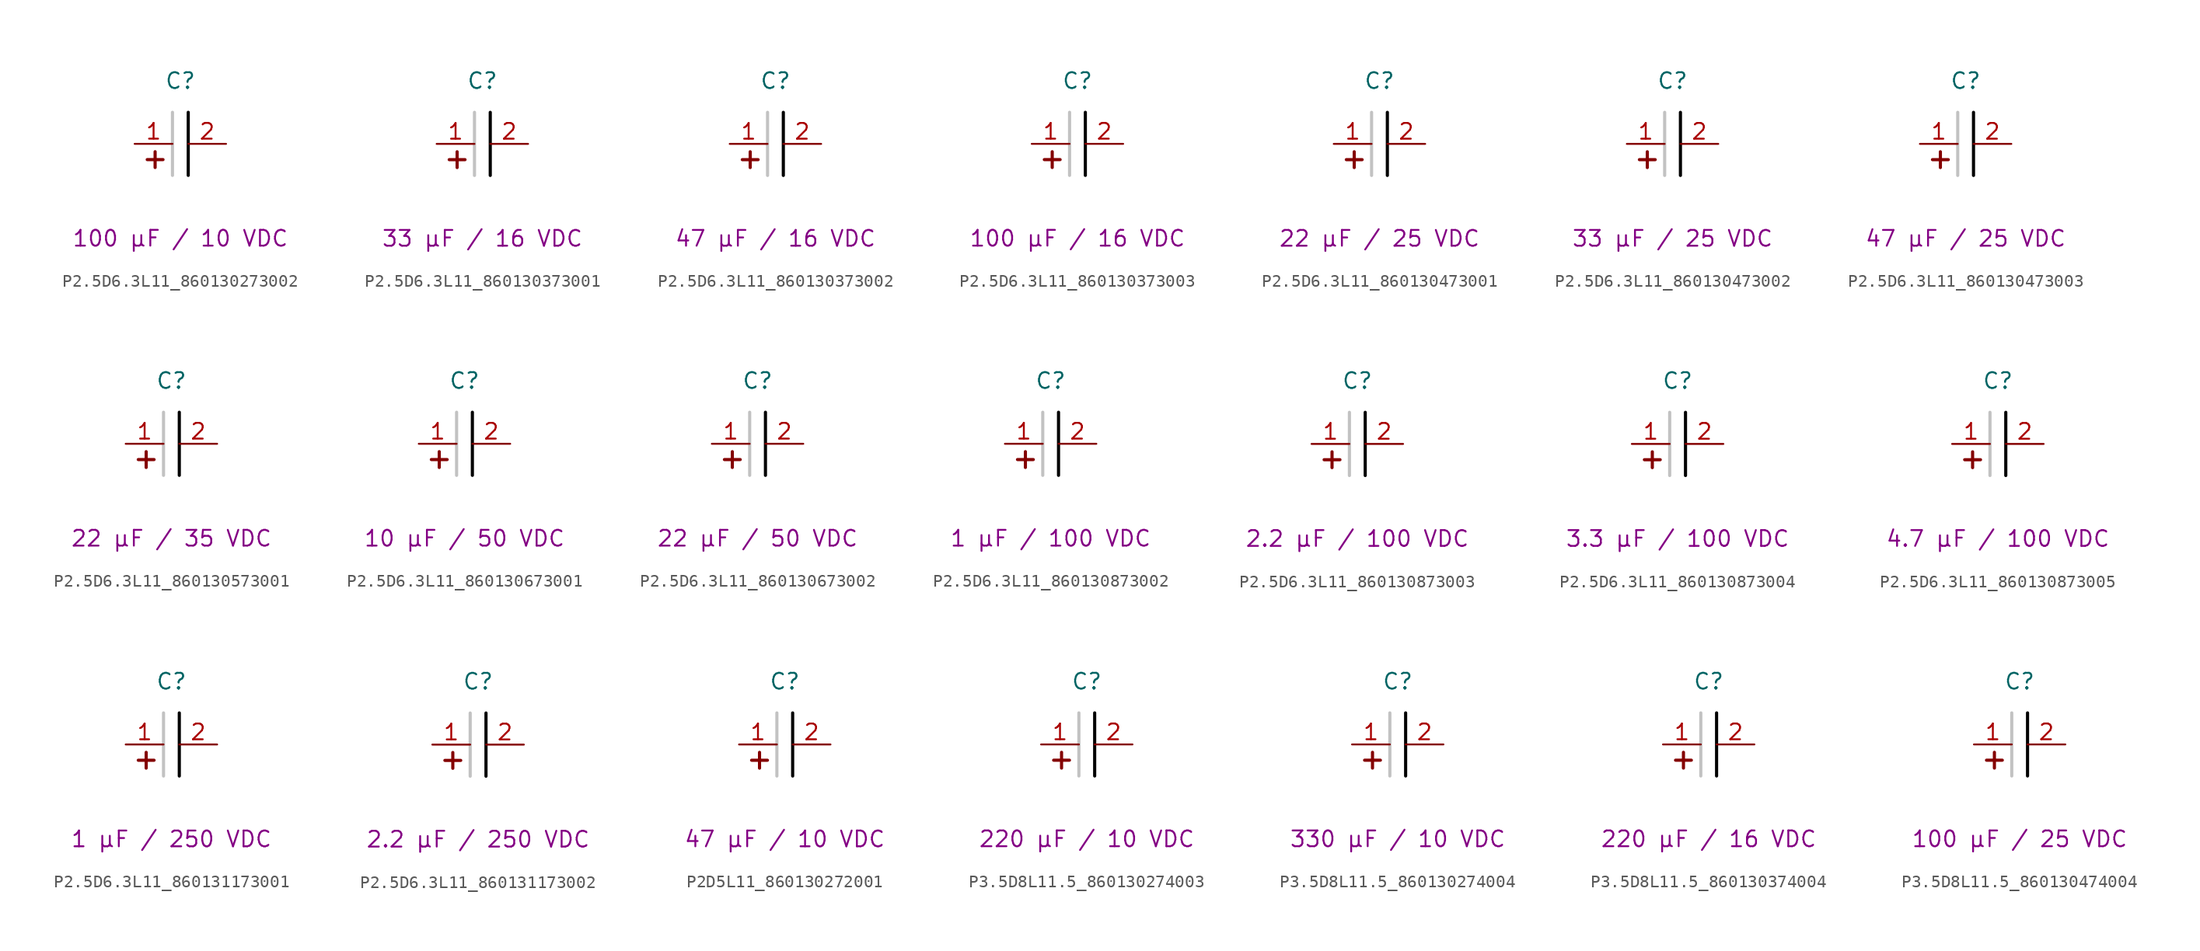
<source format=kicad_sym>
(kicad_symbol_lib
  (version 20220914)
  (generator kicad_symbol_editor)
  (symbol "P2.5D6.3L11_860130273002"
    (pin_names hide)
    (property "Reference" "C"
      (at 0 5.08 0)
      (effects (font (size 1.27 1.27))))
    (property "Critical Parameter" "100 µF / 10 VDC"
      (at 0 -7.62 0)
      (effects (font (size 1.27 1.27))))
    (symbol "P2.5D6.3L11_860130273002_1_1"
      (polyline (pts (xy -2.667 -1.27) (xy -1.397 -1.27)) (stroke (width 0.254) (type default)) (fill (type none)))
      (polyline (pts (xy -2.032 -0.635) (xy -2.032 -1.905)) (stroke (width 0.254) (type default)) (fill (type none)))
      (polyline (pts (xy -0.635 2.54) (xy -0.635 -2.54)) (stroke (width 0.254) (type default) (color 194 194 194 1)) (fill (type none)))
      (polyline (pts (xy 0.635 2.54) (xy 0.635 -2.54)) (stroke (width 0.254) (type default) (color 0 0 0 1)) (fill (type none)))
      (pin passive line (at -3.679 0 0) (length 3.044) (name "1" (effects (font (size 1.27 1.27)))) (number "1" (effects (font (size 1.27 1.27)))))
      (pin passive line (at 3.679 0 180) (length 3.044) (name "2" (effects (font (size 1.27 1.27)))) (number "2" (effects (font (size 1.27 1.27)))))))
  (symbol "P2.5D6.3L11_860130373001"
    (pin_names hide)
    (property "Reference" "C"
      (at 0 5.08 0)
      (effects (font (size 1.27 1.27))))
    (property "Critical Parameter" "33 µF / 16 VDC"
      (at 0 -7.62 0)
      (effects (font (size 1.27 1.27))))
    (symbol "P2.5D6.3L11_860130373001_1_1"
      (polyline (pts (xy -2.667 -1.27) (xy -1.397 -1.27)) (stroke (width 0.254) (type default)) (fill (type none)))
      (polyline (pts (xy -2.032 -0.635) (xy -2.032 -1.905)) (stroke (width 0.254) (type default)) (fill (type none)))
      (polyline (pts (xy -0.635 2.54) (xy -0.635 -2.54)) (stroke (width 0.254) (type default) (color 194 194 194 1)) (fill (type none)))
      (polyline (pts (xy 0.635 2.54) (xy 0.635 -2.54)) (stroke (width 0.254) (type default) (color 0 0 0 1)) (fill (type none)))
      (pin passive line (at -3.679 0 0) (length 3.044) (name "1" (effects (font (size 1.27 1.27)))) (number "1" (effects (font (size 1.27 1.27)))))
      (pin passive line (at 3.679 0 180) (length 3.044) (name "2" (effects (font (size 1.27 1.27)))) (number "2" (effects (font (size 1.27 1.27)))))))
  (symbol "P2.5D6.3L11_860130373002"
    (pin_names hide)
    (property "Reference" "C"
      (at 0 5.08 0)
      (effects (font (size 1.27 1.27))))
    (property "Critical Parameter" "47 µF / 16 VDC"
      (at 0 -7.62 0)
      (effects (font (size 1.27 1.27))))
    (symbol "P2.5D6.3L11_860130373002_1_1"
      (polyline (pts (xy -2.667 -1.27) (xy -1.397 -1.27)) (stroke (width 0.254) (type default)) (fill (type none)))
      (polyline (pts (xy -2.032 -0.635) (xy -2.032 -1.905)) (stroke (width 0.254) (type default)) (fill (type none)))
      (polyline (pts (xy -0.635 2.54) (xy -0.635 -2.54)) (stroke (width 0.254) (type default) (color 194 194 194 1)) (fill (type none)))
      (polyline (pts (xy 0.635 2.54) (xy 0.635 -2.54)) (stroke (width 0.254) (type default) (color 0 0 0 1)) (fill (type none)))
      (pin passive line (at -3.679 0 0) (length 3.044) (name "1" (effects (font (size 1.27 1.27)))) (number "1" (effects (font (size 1.27 1.27)))))
      (pin passive line (at 3.679 0 180) (length 3.044) (name "2" (effects (font (size 1.27 1.27)))) (number "2" (effects (font (size 1.27 1.27)))))))
  (symbol "P2.5D6.3L11_860130373003"
    (pin_names hide)
    (property "Reference" "C"
      (at 0 5.08 0)
      (effects (font (size 1.27 1.27))))
    (property "Critical Parameter" "100 µF / 16 VDC"
      (at 0 -7.62 0)
      (effects (font (size 1.27 1.27))))
    (symbol "P2.5D6.3L11_860130373003_1_1"
      (polyline (pts (xy -2.667 -1.27) (xy -1.397 -1.27)) (stroke (width 0.254) (type default)) (fill (type none)))
      (polyline (pts (xy -2.032 -0.635) (xy -2.032 -1.905)) (stroke (width 0.254) (type default)) (fill (type none)))
      (polyline (pts (xy -0.635 2.54) (xy -0.635 -2.54)) (stroke (width 0.254) (type default) (color 194 194 194 1)) (fill (type none)))
      (polyline (pts (xy 0.635 2.54) (xy 0.635 -2.54)) (stroke (width 0.254) (type default) (color 0 0 0 1)) (fill (type none)))
      (pin passive line (at -3.679 0 0) (length 3.044) (name "1" (effects (font (size 1.27 1.27)))) (number "1" (effects (font (size 1.27 1.27)))))
      (pin passive line (at 3.679 0 180) (length 3.044) (name "2" (effects (font (size 1.27 1.27)))) (number "2" (effects (font (size 1.27 1.27)))))))
  (symbol "P2.5D6.3L11_860130473001"
    (pin_names hide)
    (property "Reference" "C"
      (at 0 5.08 0)
      (effects (font (size 1.27 1.27))))
    (property "Critical Parameter" "22 µF / 25 VDC"
      (at 0 -7.62 0)
      (effects (font (size 1.27 1.27))))
    (symbol "P2.5D6.3L11_860130473001_1_1"
      (polyline (pts (xy -2.667 -1.27) (xy -1.397 -1.27)) (stroke (width 0.254) (type default)) (fill (type none)))
      (polyline (pts (xy -2.032 -0.635) (xy -2.032 -1.905)) (stroke (width 0.254) (type default)) (fill (type none)))
      (polyline (pts (xy -0.635 2.54) (xy -0.635 -2.54)) (stroke (width 0.254) (type default) (color 194 194 194 1)) (fill (type none)))
      (polyline (pts (xy 0.635 2.54) (xy 0.635 -2.54)) (stroke (width 0.254) (type default) (color 0 0 0 1)) (fill (type none)))
      (pin passive line (at -3.679 0 0) (length 3.044) (name "1" (effects (font (size 1.27 1.27)))) (number "1" (effects (font (size 1.27 1.27)))))
      (pin passive line (at 3.679 0 180) (length 3.044) (name "2" (effects (font (size 1.27 1.27)))) (number "2" (effects (font (size 1.27 1.27)))))))
  (symbol "P2.5D6.3L11_860130473002"
    (pin_names hide)
    (property "Reference" "C"
      (at 0 5.08 0)
      (effects (font (size 1.27 1.27))))
    (property "Critical Parameter" "33 µF / 25 VDC"
      (at 0 -7.62 0)
      (effects (font (size 1.27 1.27))))
    (symbol "P2.5D6.3L11_860130473002_1_1"
      (polyline (pts (xy -2.667 -1.27) (xy -1.397 -1.27)) (stroke (width 0.254) (type default)) (fill (type none)))
      (polyline (pts (xy -2.032 -0.635) (xy -2.032 -1.905)) (stroke (width 0.254) (type default)) (fill (type none)))
      (polyline (pts (xy -0.635 2.54) (xy -0.635 -2.54)) (stroke (width 0.254) (type default) (color 194 194 194 1)) (fill (type none)))
      (polyline (pts (xy 0.635 2.54) (xy 0.635 -2.54)) (stroke (width 0.254) (type default) (color 0 0 0 1)) (fill (type none)))
      (pin passive line (at -3.679 0 0) (length 3.044) (name "1" (effects (font (size 1.27 1.27)))) (number "1" (effects (font (size 1.27 1.27)))))
      (pin passive line (at 3.679 0 180) (length 3.044) (name "2" (effects (font (size 1.27 1.27)))) (number "2" (effects (font (size 1.27 1.27)))))))
  (symbol "P2.5D6.3L11_860130473003"
    (pin_names hide)
    (property "Reference" "C"
      (at 0 5.08 0)
      (effects (font (size 1.27 1.27))))
    (property "Critical Parameter" "47 µF / 25 VDC"
      (at 0 -7.62 0)
      (effects (font (size 1.27 1.27))))
    (symbol "P2.5D6.3L11_860130473003_1_1"
      (polyline (pts (xy -2.667 -1.27) (xy -1.397 -1.27)) (stroke (width 0.254) (type default)) (fill (type none)))
      (polyline (pts (xy -2.032 -0.635) (xy -2.032 -1.905)) (stroke (width 0.254) (type default)) (fill (type none)))
      (polyline (pts (xy -0.635 2.54) (xy -0.635 -2.54)) (stroke (width 0.254) (type default) (color 194 194 194 1)) (fill (type none)))
      (polyline (pts (xy 0.635 2.54) (xy 0.635 -2.54)) (stroke (width 0.254) (type default) (color 0 0 0 1)) (fill (type none)))
      (pin passive line (at -3.679 0 0) (length 3.044) (name "1" (effects (font (size 1.27 1.27)))) (number "1" (effects (font (size 1.27 1.27)))))
      (pin passive line (at 3.679 0 180) (length 3.044) (name "2" (effects (font (size 1.27 1.27)))) (number "2" (effects (font (size 1.27 1.27)))))))
  (symbol "P2.5D6.3L11_860130573001"
    (pin_names hide)
    (property "Reference" "C"
      (at 0 5.08 0)
      (effects (font (size 1.27 1.27))))
    (property "Critical Parameter" "22 µF / 35 VDC"
      (at 0 -7.62 0)
      (effects (font (size 1.27 1.27))))
    (symbol "P2.5D6.3L11_860130573001_1_1"
      (polyline (pts (xy -2.667 -1.27) (xy -1.397 -1.27)) (stroke (width 0.254) (type default)) (fill (type none)))
      (polyline (pts (xy -2.032 -0.635) (xy -2.032 -1.905)) (stroke (width 0.254) (type default)) (fill (type none)))
      (polyline (pts (xy -0.635 2.54) (xy -0.635 -2.54)) (stroke (width 0.254) (type default) (color 194 194 194 1)) (fill (type none)))
      (polyline (pts (xy 0.635 2.54) (xy 0.635 -2.54)) (stroke (width 0.254) (type default) (color 0 0 0 1)) (fill (type none)))
      (pin passive line (at -3.679 0 0) (length 3.044) (name "1" (effects (font (size 1.27 1.27)))) (number "1" (effects (font (size 1.27 1.27)))))
      (pin passive line (at 3.679 0 180) (length 3.044) (name "2" (effects (font (size 1.27 1.27)))) (number "2" (effects (font (size 1.27 1.27)))))))
  (symbol "P2.5D6.3L11_860130673001"
    (pin_names hide)
    (property "Reference" "C"
      (at 0 5.08 0)
      (effects (font (size 1.27 1.27))))
    (property "Critical Parameter" "10 µF / 50 VDC"
      (at 0 -7.62 0)
      (effects (font (size 1.27 1.27))))
    (symbol "P2.5D6.3L11_860130673001_1_1"
      (polyline (pts (xy -2.667 -1.27) (xy -1.397 -1.27)) (stroke (width 0.254) (type default)) (fill (type none)))
      (polyline (pts (xy -2.032 -0.635) (xy -2.032 -1.905)) (stroke (width 0.254) (type default)) (fill (type none)))
      (polyline (pts (xy -0.635 2.54) (xy -0.635 -2.54)) (stroke (width 0.254) (type default) (color 194 194 194 1)) (fill (type none)))
      (polyline (pts (xy 0.635 2.54) (xy 0.635 -2.54)) (stroke (width 0.254) (type default) (color 0 0 0 1)) (fill (type none)))
      (pin passive line (at -3.679 0 0) (length 3.044) (name "1" (effects (font (size 1.27 1.27)))) (number "1" (effects (font (size 1.27 1.27)))))
      (pin passive line (at 3.679 0 180) (length 3.044) (name "2" (effects (font (size 1.27 1.27)))) (number "2" (effects (font (size 1.27 1.27)))))))
  (symbol "P2.5D6.3L11_860130673002"
    (pin_names hide)
    (property "Reference" "C"
      (at 0 5.08 0)
      (effects (font (size 1.27 1.27))))
    (property "Critical Parameter" "22 µF / 50 VDC"
      (at 0 -7.62 0)
      (effects (font (size 1.27 1.27))))
    (symbol "P2.5D6.3L11_860130673002_1_1"
      (polyline (pts (xy -2.667 -1.27) (xy -1.397 -1.27)) (stroke (width 0.254) (type default)) (fill (type none)))
      (polyline (pts (xy -2.032 -0.635) (xy -2.032 -1.905)) (stroke (width 0.254) (type default)) (fill (type none)))
      (polyline (pts (xy -0.635 2.54) (xy -0.635 -2.54)) (stroke (width 0.254) (type default) (color 194 194 194 1)) (fill (type none)))
      (polyline (pts (xy 0.635 2.54) (xy 0.635 -2.54)) (stroke (width 0.254) (type default) (color 0 0 0 1)) (fill (type none)))
      (pin passive line (at -3.679 0 0) (length 3.044) (name "1" (effects (font (size 1.27 1.27)))) (number "1" (effects (font (size 1.27 1.27)))))
      (pin passive line (at 3.679 0 180) (length 3.044) (name "2" (effects (font (size 1.27 1.27)))) (number "2" (effects (font (size 1.27 1.27)))))))
  (symbol "P2.5D6.3L11_860130873002"
    (pin_names hide)
    (property "Reference" "C"
      (at 0 5.08 0)
      (effects (font (size 1.27 1.27))))
    (property "Critical Parameter" "1 µF / 100 VDC"
      (at 0 -7.62 0)
      (effects (font (size 1.27 1.27))))
    (symbol "P2.5D6.3L11_860130873002_1_1"
      (polyline (pts (xy -2.667 -1.27) (xy -1.397 -1.27)) (stroke (width 0.254) (type default)) (fill (type none)))
      (polyline (pts (xy -2.032 -0.635) (xy -2.032 -1.905)) (stroke (width 0.254) (type default)) (fill (type none)))
      (polyline (pts (xy -0.635 2.54) (xy -0.635 -2.54)) (stroke (width 0.254) (type default) (color 194 194 194 1)) (fill (type none)))
      (polyline (pts (xy 0.635 2.54) (xy 0.635 -2.54)) (stroke (width 0.254) (type default) (color 0 0 0 1)) (fill (type none)))
      (pin passive line (at -3.679 0 0) (length 3.044) (name "1" (effects (font (size 1.27 1.27)))) (number "1" (effects (font (size 1.27 1.27)))))
      (pin passive line (at 3.679 0 180) (length 3.044) (name "2" (effects (font (size 1.27 1.27)))) (number "2" (effects (font (size 1.27 1.27)))))))
  (symbol "P2.5D6.3L11_860130873003"
    (pin_names hide)
    (property "Reference" "C"
      (at 0 5.08 0)
      (effects (font (size 1.27 1.27))))
    (property "Critical Parameter" "2.2 µF / 100 VDC"
      (at 0 -7.62 0)
      (effects (font (size 1.27 1.27))))
    (symbol "P2.5D6.3L11_860130873003_1_1"
      (polyline (pts (xy -2.667 -1.27) (xy -1.397 -1.27)) (stroke (width 0.254) (type default)) (fill (type none)))
      (polyline (pts (xy -2.032 -0.635) (xy -2.032 -1.905)) (stroke (width 0.254) (type default)) (fill (type none)))
      (polyline (pts (xy -0.635 2.54) (xy -0.635 -2.54)) (stroke (width 0.254) (type default) (color 194 194 194 1)) (fill (type none)))
      (polyline (pts (xy 0.635 2.54) (xy 0.635 -2.54)) (stroke (width 0.254) (type default) (color 0 0 0 1)) (fill (type none)))
      (pin passive line (at -3.679 0 0) (length 3.044) (name "1" (effects (font (size 1.27 1.27)))) (number "1" (effects (font (size 1.27 1.27)))))
      (pin passive line (at 3.679 0 180) (length 3.044) (name "2" (effects (font (size 1.27 1.27)))) (number "2" (effects (font (size 1.27 1.27)))))))
  (symbol "P2.5D6.3L11_860130873004"
    (pin_names hide)
    (property "Reference" "C"
      (at 0 5.08 0)
      (effects (font (size 1.27 1.27))))
    (property "Critical Parameter" "3.3 µF / 100 VDC"
      (at 0 -7.62 0)
      (effects (font (size 1.27 1.27))))
    (symbol "P2.5D6.3L11_860130873004_1_1"
      (polyline (pts (xy -2.667 -1.27) (xy -1.397 -1.27)) (stroke (width 0.254) (type default)) (fill (type none)))
      (polyline (pts (xy -2.032 -0.635) (xy -2.032 -1.905)) (stroke (width 0.254) (type default)) (fill (type none)))
      (polyline (pts (xy -0.635 2.54) (xy -0.635 -2.54)) (stroke (width 0.254) (type default) (color 194 194 194 1)) (fill (type none)))
      (polyline (pts (xy 0.635 2.54) (xy 0.635 -2.54)) (stroke (width 0.254) (type default) (color 0 0 0 1)) (fill (type none)))
      (pin passive line (at -3.679 0 0) (length 3.044) (name "1" (effects (font (size 1.27 1.27)))) (number "1" (effects (font (size 1.27 1.27)))))
      (pin passive line (at 3.679 0 180) (length 3.044) (name "2" (effects (font (size 1.27 1.27)))) (number "2" (effects (font (size 1.27 1.27)))))))
  (symbol "P2.5D6.3L11_860130873005"
    (pin_names hide)
    (property "Reference" "C"
      (at 0 5.08 0)
      (effects (font (size 1.27 1.27))))
    (property "Critical Parameter" "4.7 µF / 100 VDC"
      (at 0 -7.62 0)
      (effects (font (size 1.27 1.27))))
    (symbol "P2.5D6.3L11_860130873005_1_1"
      (polyline (pts (xy -2.667 -1.27) (xy -1.397 -1.27)) (stroke (width 0.254) (type default)) (fill (type none)))
      (polyline (pts (xy -2.032 -0.635) (xy -2.032 -1.905)) (stroke (width 0.254) (type default)) (fill (type none)))
      (polyline (pts (xy -0.635 2.54) (xy -0.635 -2.54)) (stroke (width 0.254) (type default) (color 194 194 194 1)) (fill (type none)))
      (polyline (pts (xy 0.635 2.54) (xy 0.635 -2.54)) (stroke (width 0.254) (type default) (color 0 0 0 1)) (fill (type none)))
      (pin passive line (at -3.679 0 0) (length 3.044) (name "1" (effects (font (size 1.27 1.27)))) (number "1" (effects (font (size 1.27 1.27)))))
      (pin passive line (at 3.679 0 180) (length 3.044) (name "2" (effects (font (size 1.27 1.27)))) (number "2" (effects (font (size 1.27 1.27)))))))
  (symbol "P2.5D6.3L11_860131173001"
    (pin_names hide)
    (property "Reference" "C"
      (at 0 5.08 0)
      (effects (font (size 1.27 1.27))))
    (property "Critical Parameter" "1 µF / 250 VDC"
      (at 0 -7.62 0)
      (effects (font (size 1.27 1.27))))
    (symbol "P2.5D6.3L11_860131173001_1_1"
      (polyline (pts (xy -2.667 -1.27) (xy -1.397 -1.27)) (stroke (width 0.254) (type default)) (fill (type none)))
      (polyline (pts (xy -2.032 -0.635) (xy -2.032 -1.905)) (stroke (width 0.254) (type default)) (fill (type none)))
      (polyline (pts (xy -0.635 2.54) (xy -0.635 -2.54)) (stroke (width 0.254) (type default) (color 194 194 194 1)) (fill (type none)))
      (polyline (pts (xy 0.635 2.54) (xy 0.635 -2.54)) (stroke (width 0.254) (type default) (color 0 0 0 1)) (fill (type none)))
      (pin passive line (at -3.679 0 0) (length 3.044) (name "1" (effects (font (size 1.27 1.27)))) (number "1" (effects (font (size 1.27 1.27)))))
      (pin passive line (at 3.679 0 180) (length 3.044) (name "2" (effects (font (size 1.27 1.27)))) (number "2" (effects (font (size 1.27 1.27)))))))
  (symbol "P2.5D6.3L11_860131173002"
    (pin_names hide)
    (property "Reference" "C"
      (at 0 5.08 0)
      (effects (font (size 1.27 1.27))))
    (property "Critical Parameter" "2.2 µF / 250 VDC"
      (at 0 -7.62 0)
      (effects (font (size 1.27 1.27))))
    (symbol "P2.5D6.3L11_860131173002_1_1"
      (polyline (pts (xy -2.667 -1.27) (xy -1.397 -1.27)) (stroke (width 0.254) (type default)) (fill (type none)))
      (polyline (pts (xy -2.032 -0.635) (xy -2.032 -1.905)) (stroke (width 0.254) (type default)) (fill (type none)))
      (polyline (pts (xy -0.635 2.54) (xy -0.635 -2.54)) (stroke (width 0.254) (type default) (color 194 194 194 1)) (fill (type none)))
      (polyline (pts (xy 0.635 2.54) (xy 0.635 -2.54)) (stroke (width 0.254) (type default) (color 0 0 0 1)) (fill (type none)))
      (pin passive line (at -3.679 0 0) (length 3.044) (name "1" (effects (font (size 1.27 1.27)))) (number "1" (effects (font (size 1.27 1.27)))))
      (pin passive line (at 3.679 0 180) (length 3.044) (name "2" (effects (font (size 1.27 1.27)))) (number "2" (effects (font (size 1.27 1.27)))))))
  (symbol "P2D5L11_860130272001"
    (pin_names hide)
    (property "Reference" "C"
      (at 0 5.08 0)
      (effects (font (size 1.27 1.27))))
    (property "Critical Parameter" "47 µF / 10 VDC"
      (at 0 -7.62 0)
      (effects (font (size 1.27 1.27))))
    (symbol "P2D5L11_860130272001_1_1"
      (polyline (pts (xy -2.667 -1.27) (xy -1.397 -1.27)) (stroke (width 0.254) (type default)) (fill (type none)))
      (polyline (pts (xy -2.032 -0.635) (xy -2.032 -1.905)) (stroke (width 0.254) (type default)) (fill (type none)))
      (polyline (pts (xy -0.635 2.54) (xy -0.635 -2.54)) (stroke (width 0.254) (type default) (color 194 194 194 1)) (fill (type none)))
      (polyline (pts (xy 0.635 2.54) (xy 0.635 -2.54)) (stroke (width 0.254) (type default) (color 0 0 0 1)) (fill (type none)))
      (pin passive line (at -3.679 0 0) (length 3.044) (name "1" (effects (font (size 1.27 1.27)))) (number "1" (effects (font (size 1.27 1.27)))))
      (pin passive line (at 3.679 0 180) (length 3.044) (name "2" (effects (font (size 1.27 1.27)))) (number "2" (effects (font (size 1.27 1.27)))))))
  (symbol "P3.5D8L11.5_860130274003"
    (pin_names hide)
    (property "Reference" "C"
      (at 0 5.08 0)
      (effects (font (size 1.27 1.27))))
    (property "Critical Parameter" "220 µF / 10 VDC"
      (at 0 -7.62 0)
      (effects (font (size 1.27 1.27))))
    (symbol "P3.5D8L11.5_860130274003_1_1"
      (polyline (pts (xy -2.667 -1.27) (xy -1.397 -1.27)) (stroke (width 0.254) (type default)) (fill (type none)))
      (polyline (pts (xy -2.032 -0.635) (xy -2.032 -1.905)) (stroke (width 0.254) (type default)) (fill (type none)))
      (polyline (pts (xy -0.635 2.54) (xy -0.635 -2.54)) (stroke (width 0.254) (type default) (color 194 194 194 1)) (fill (type none)))
      (polyline (pts (xy 0.635 2.54) (xy 0.635 -2.54)) (stroke (width 0.254) (type default) (color 0 0 0 1)) (fill (type none)))
      (pin passive line (at -3.679 0 0) (length 3.044) (name "1" (effects (font (size 1.27 1.27)))) (number "1" (effects (font (size 1.27 1.27)))))
      (pin passive line (at 3.679 0 180) (length 3.044) (name "2" (effects (font (size 1.27 1.27)))) (number "2" (effects (font (size 1.27 1.27)))))))
  (symbol "P3.5D8L11.5_860130274004"
    (pin_names hide)
    (property "Reference" "C"
      (at 0 5.08 0)
      (effects (font (size 1.27 1.27))))
    (property "Critical Parameter" "330 µF / 10 VDC"
      (at 0 -7.62 0)
      (effects (font (size 1.27 1.27))))
    (symbol "P3.5D8L11.5_860130274004_1_1"
      (polyline (pts (xy -2.667 -1.27) (xy -1.397 -1.27)) (stroke (width 0.254) (type default)) (fill (type none)))
      (polyline (pts (xy -2.032 -0.635) (xy -2.032 -1.905)) (stroke (width 0.254) (type default)) (fill (type none)))
      (polyline (pts (xy -0.635 2.54) (xy -0.635 -2.54)) (stroke (width 0.254) (type default) (color 194 194 194 1)) (fill (type none)))
      (polyline (pts (xy 0.635 2.54) (xy 0.635 -2.54)) (stroke (width 0.254) (type default) (color 0 0 0 1)) (fill (type none)))
      (pin passive line (at -3.679 0 0) (length 3.044) (name "1" (effects (font (size 1.27 1.27)))) (number "1" (effects (font (size 1.27 1.27)))))
      (pin passive line (at 3.679 0 180) (length 3.044) (name "2" (effects (font (size 1.27 1.27)))) (number "2" (effects (font (size 1.27 1.27)))))))
  (symbol "P3.5D8L11.5_860130374004"
    (pin_names hide)
    (property "Reference" "C"
      (at 0 5.08 0)
      (effects (font (size 1.27 1.27))))
    (property "Critical Parameter" "220 µF / 16 VDC"
      (at 0 -7.62 0)
      (effects (font (size 1.27 1.27))))
    (symbol "P3.5D8L11.5_860130374004_1_1"
      (polyline (pts (xy -2.667 -1.27) (xy -1.397 -1.27)) (stroke (width 0.254) (type default)) (fill (type none)))
      (polyline (pts (xy -2.032 -0.635) (xy -2.032 -1.905)) (stroke (width 0.254) (type default)) (fill (type none)))
      (polyline (pts (xy -0.635 2.54) (xy -0.635 -2.54)) (stroke (width 0.254) (type default) (color 194 194 194 1)) (fill (type none)))
      (polyline (pts (xy 0.635 2.54) (xy 0.635 -2.54)) (stroke (width 0.254) (type default) (color 0 0 0 1)) (fill (type none)))
      (pin passive line (at -3.679 0 0) (length 3.044) (name "1" (effects (font (size 1.27 1.27)))) (number "1" (effects (font (size 1.27 1.27)))))
      (pin passive line (at 3.679 0 180) (length 3.044) (name "2" (effects (font (size 1.27 1.27)))) (number "2" (effects (font (size 1.27 1.27)))))))
  (symbol "P3.5D8L11.5_860130474004"
    (pin_names hide)
    (property "Reference" "C"
      (at 0 5.08 0)
      (effects (font (size 1.27 1.27))))
    (property "Critical Parameter" "100 µF / 25 VDC"
      (at 0 -7.62 0)
      (effects (font (size 1.27 1.27))))
    (symbol "P3.5D8L11.5_860130474004_1_1"
      (polyline (pts (xy -2.667 -1.27) (xy -1.397 -1.27)) (stroke (width 0.254) (type default)) (fill (type none)))
      (polyline (pts (xy -2.032 -0.635) (xy -2.032 -1.905)) (stroke (width 0.254) (type default)) (fill (type none)))
      (polyline (pts (xy -0.635 2.54) (xy -0.635 -2.54)) (stroke (width 0.254) (type default) (color 194 194 194 1)) (fill (type none)))
      (polyline (pts (xy 0.635 2.54) (xy 0.635 -2.54)) (stroke (width 0.254) (type default) (color 0 0 0 1)) (fill (type none)))
      (pin passive line (at -3.679 0 0) (length 3.044) (name "1" (effects (font (size 1.27 1.27)))) (number "1" (effects (font (size 1.27 1.27)))))
      (pin passive line (at 3.679 0 180) (length 3.044) (name "2" (effects (font (size 1.27 1.27)))) (number "2" (effects (font (size 1.27 1.27))))))))
</source>
